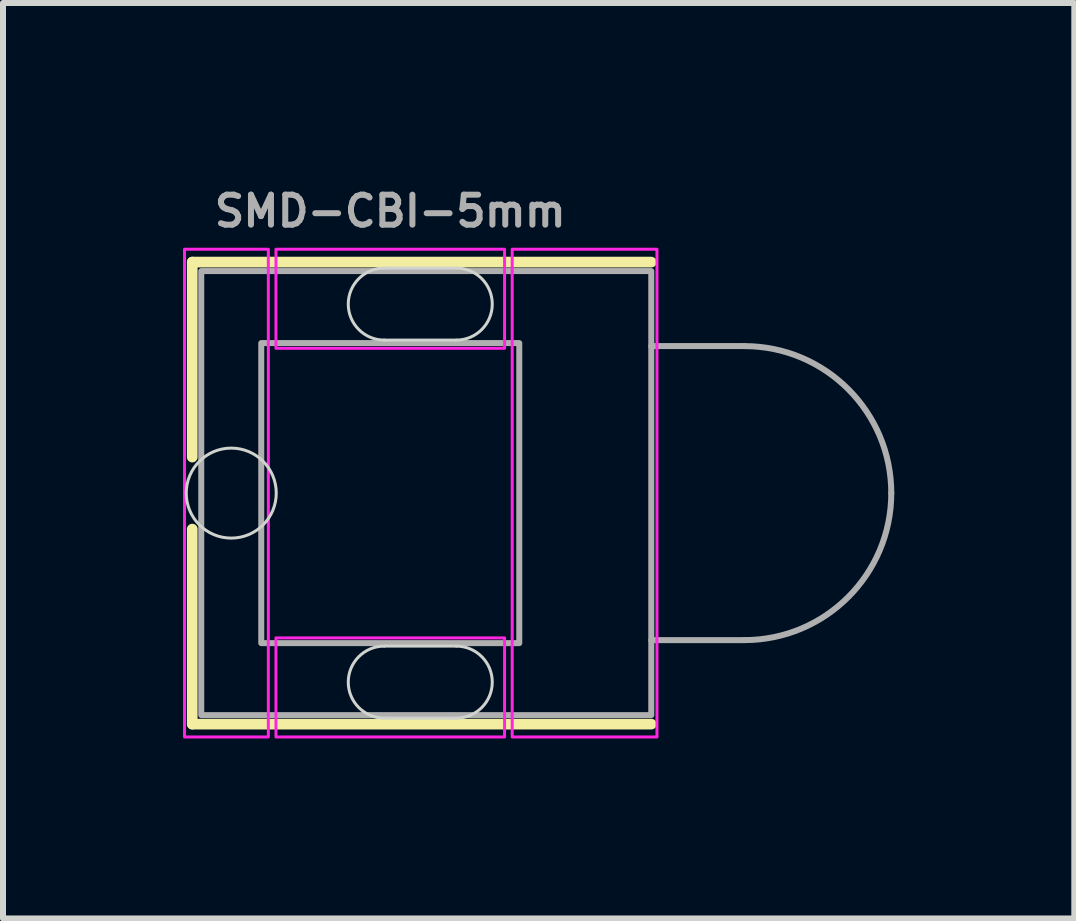
<source format=kicad_pcb>
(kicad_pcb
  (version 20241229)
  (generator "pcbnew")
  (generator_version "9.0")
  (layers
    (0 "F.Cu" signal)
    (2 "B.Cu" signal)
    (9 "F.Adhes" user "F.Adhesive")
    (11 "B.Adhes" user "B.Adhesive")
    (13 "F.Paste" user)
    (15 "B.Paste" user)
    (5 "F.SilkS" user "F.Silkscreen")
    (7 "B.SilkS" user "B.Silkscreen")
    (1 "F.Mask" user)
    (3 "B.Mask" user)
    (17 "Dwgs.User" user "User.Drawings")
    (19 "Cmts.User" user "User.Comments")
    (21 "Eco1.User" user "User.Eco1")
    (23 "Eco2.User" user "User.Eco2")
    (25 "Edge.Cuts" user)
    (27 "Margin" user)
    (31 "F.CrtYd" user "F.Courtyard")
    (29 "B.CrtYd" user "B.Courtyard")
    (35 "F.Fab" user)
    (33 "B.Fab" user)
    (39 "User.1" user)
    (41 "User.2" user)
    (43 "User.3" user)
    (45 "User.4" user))
  (footprint "SMD-CBI-5mm"
    (layer "F.Cu")
    (at 3.454 5.168)
    (property "Reference" "SMD-CBI-5mm" (at 0 -4.7 0) (unlocked yes) (layer "F.Fab") (effects (font (size 0.5 0.5) (thickness 0.1))))
    (fp_line (start -3.3 -3.85) (end -3.3 -0.6) (stroke (width 0.178) (type default)) (layer "F.SilkS"))
    (fp_line (start -3.3 3.85) (end -3.3 0.6) (stroke (width 0.178) (type default)) (layer "F.SilkS"))
    (fp_line (start 4.35 -3.85) (end -3.3 -3.85) (stroke (width 0.178) (type default)) (layer "F.SilkS"))
    (fp_line (start 4.35 3.85) (end -3.3 3.85) (stroke (width 0.178) (type default)) (layer "F.SilkS"))
    (fp_line (start -0.1 -3.75) (end 1.1 -3.75) (stroke (width 0.05) (type default)) (layer "Edge.Cuts"))
    (fp_line (start -0.1 2.55) (end 1.1 2.55) (stroke (width 0.05) (type default)) (layer "Edge.Cuts"))
    (fp_line (start 1.1 -2.55) (end -0.1 -2.55) (stroke (width 0.05) (type default)) (layer "Edge.Cuts"))
    (fp_line (start 1.1 3.75) (end -0.1 3.75) (stroke (width 0.05) (type default)) (layer "Edge.Cuts"))
    (fp_arc (start -0.1 -2.55) (mid -0.7 -3.15) (end -0.1 -3.75) (stroke (width 0.05) (type default)) (layer "Edge.Cuts"))
    (fp_arc (start -0.1 3.75) (mid -0.7 3.15) (end -0.1 2.55) (stroke (width 0.05) (type default)) (layer "Edge.Cuts"))
    (fp_arc (start 1.1 -3.75) (mid 1.7 -3.15) (end 1.1 -2.55) (stroke (width 0.05) (type default)) (layer "Edge.Cuts"))
    (fp_arc (start 1.1 2.55) (mid 1.7 3.15) (end 1.1 3.75) (stroke (width 0.05) (type default)) (layer "Edge.Cuts"))
    (fp_circle (center -2.65 0) (end -1.9 0) (stroke (width 0.05) (type default)) (fill no) (layer "Edge.Cuts"))
    (fp_rect (start -3.429 -4.064) (end -2.032 4.064) (stroke (width 0.05) (type default)) (fill no) (layer "F.CrtYd"))
    (fp_rect (start -1.905 -4.064) (end 1.905 -2.413) (stroke (width 0.05) (type default)) (fill no) (layer "F.CrtYd"))
    (fp_rect (start -1.905 2.413) (end 1.905 4.064) (stroke (width 0.05) (type default)) (fill no) (layer "F.CrtYd"))
    (fp_rect (start 2.032 -4.064) (end 4.445 4.064) (stroke (width 0.05) (type default)) (fill no) (layer "F.CrtYd"))
    (fp_line (start 5.9 -2.45) (end 4.35 -2.45) (stroke (width 0.1) (type default)) (layer "F.Fab"))
    (fp_line (start 5.9 2.45) (end 4.35 2.45) (stroke (width 0.1) (type default)) (layer "F.Fab"))
    (fp_arc (start 5.9 -2.450001) (mid 7.632412 -1.732412) (end 8.350001 0) (stroke (width 0.1) (type default)) (layer "F.Fab"))
    (fp_arc (start 8.350001 0) (mid 7.632412 1.732412) (end 5.9 2.450001) (stroke (width 0.1) (type default)) (layer "F.Fab"))
    (fp_poly (pts (xy -3.15 -3.7) (xy 4.35 -3.7) (xy 4.35 3.7) (xy -3.15 3.7)) (stroke (width 0.1) (type default)) (fill no) (layer "F.Fab"))
    (fp_poly (pts (xy -2.15 -2.5) (xy 2.15 -2.5) (xy 2.15 2.5) (xy -2.15 2.5)) (stroke (width 0.1) (type default)) (fill no) (layer "F.Fab")))
  (gr_rect
    (start -3 -3)
    (end 14.854 12.257)
    (stroke (width 0.1) (type default))
    (fill no)
    (layer "Edge.Cuts")))
</source>
